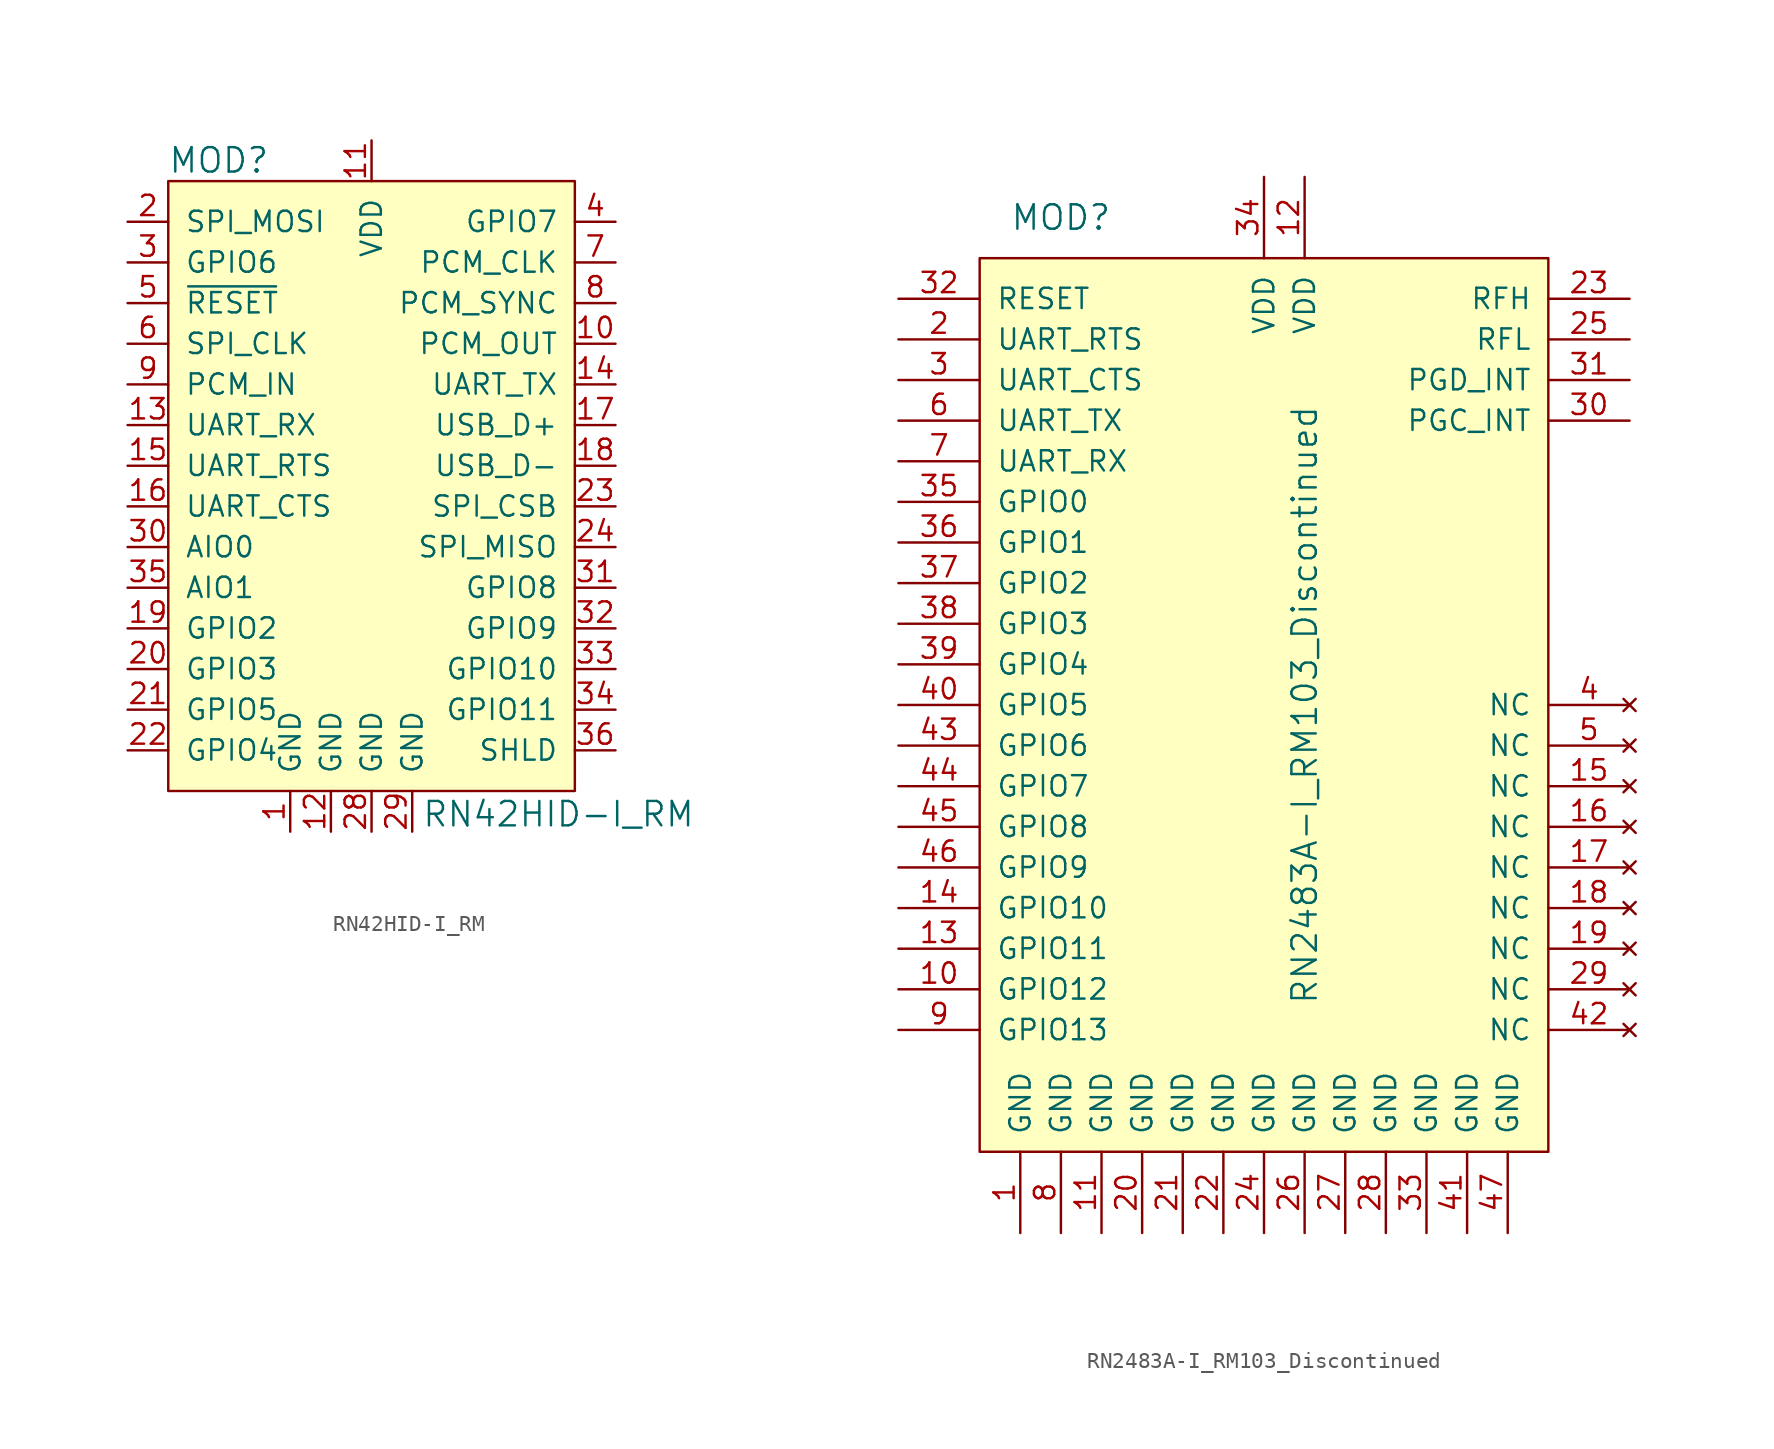
<source format=kicad_sym>
(kicad_symbol_lib
  (version 20201005)
  (generator kicad_symbol_editor)
  (symbol "RN42HID-I_RM"
    (pin_names
      (offset 1.016))
    (property "Reference" "MOD"
      (at -12.725 16.535 0)
      (effects (font (size 1.524 1.524)) (justify left)))
    (property "Value" "RN42HID-I_RM"
      (at 3.124 -24.308 0)
      (effects (font (size 1.524 1.524)) (justify left)))
    (symbol "RN42HID-I_RM_1_0"
      (pin unspecified line (at 15.24 -20.32 180) (length 2.54) (name "SHLD" (effects (font (size 1.27 1.27)))) (number "36" (effects (font (size 1.27 1.27))))))
    (symbol "RN42HID-I_RM_1_1"
      (rectangle (start -12.7 15.24) (end 12.7 -22.86) (stroke (width 0)) (fill (type background)))
      (pin power_in line (at -5.08 -25.4 90) (length 2.54) (name "GND" (effects (font (size 1.27 1.27)))) (number "1" (effects (font (size 1.27 1.27)))))
      (pin input line (at -15.24 12.7 0) (length 2.54) (name "SPI_MOSI" (effects (font (size 1.27 1.27)))) (number "2" (effects (font (size 1.27 1.27)))))
      (pin input line (at -15.24 10.16 0) (length 2.54) (name "GPIO6" (effects (font (size 1.27 1.27)))) (number "3" (effects (font (size 1.27 1.27)))))
      (pin bidirectional line (at 15.24 12.7 180) (length 2.54) (name "GPIO7" (effects (font (size 1.27 1.27)))) (number "4" (effects (font (size 1.27 1.27)))))
      (pin input line (at -15.24 7.62 0) (length 2.54) (name "~RESET" (effects (font (size 1.27 1.27)))) (number "5" (effects (font (size 1.27 1.27)))))
      (pin input line (at -15.24 5.08 0) (length 2.54) (name "SPI_CLK" (effects (font (size 1.27 1.27)))) (number "6" (effects (font (size 1.27 1.27)))))
      (pin bidirectional line (at 15.24 10.16 180) (length 2.54) (name "PCM_CLK" (effects (font (size 1.27 1.27)))) (number "7" (effects (font (size 1.27 1.27)))))
      (pin bidirectional line (at 15.24 7.62 180) (length 2.54) (name "PCM_SYNC" (effects (font (size 1.27 1.27)))) (number "8" (effects (font (size 1.27 1.27)))))
      (pin input line (at -15.24 2.54 0) (length 2.54) (name "PCM_IN" (effects (font (size 1.27 1.27)))) (number "9" (effects (font (size 1.27 1.27)))))
      (pin output line (at 15.24 5.08 180) (length 2.54) (name "PCM_OUT" (effects (font (size 1.27 1.27)))) (number "10" (effects (font (size 1.27 1.27)))))
      (pin bidirectional line (at -15.24 -15.24 0) (length 2.54) (name "GPIO3" (effects (font (size 1.27 1.27)))) (number "20" (effects (font (size 1.27 1.27)))))
      (pin input line (at -15.24 -7.62 0) (length 2.54) (name "AIO0" (effects (font (size 1.27 1.27)))) (number "30" (effects (font (size 1.27 1.27)))))
      (pin power_in line (at 0 17.78 270) (length 2.54) (name "VDD" (effects (font (size 1.27 1.27)))) (number "11" (effects (font (size 1.27 1.27)))))
      (pin bidirectional line (at -15.24 -17.78 0) (length 2.54) (name "GPIO5" (effects (font (size 1.27 1.27)))) (number "21" (effects (font (size 1.27 1.27)))))
      (pin output line (at 15.24 -10.16 180) (length 2.54) (name "GPIO8" (effects (font (size 1.27 1.27)))) (number "31" (effects (font (size 1.27 1.27)))))
      (pin power_in line (at -2.54 -25.4 90) (length 2.54) (name "GND" (effects (font (size 1.27 1.27)))) (number "12" (effects (font (size 1.27 1.27)))))
      (pin bidirectional line (at -15.24 -20.32 0) (length 2.54) (name "GPIO4" (effects (font (size 1.27 1.27)))) (number "22" (effects (font (size 1.27 1.27)))))
      (pin bidirectional line (at 15.24 -12.7 180) (length 2.54) (name "GPIO9" (effects (font (size 1.27 1.27)))) (number "32" (effects (font (size 1.27 1.27)))))
      (pin input line (at -15.24 0 0) (length 2.54) (name "UART_RX" (effects (font (size 1.27 1.27)))) (number "13" (effects (font (size 1.27 1.27)))))
      (pin bidirectional line (at 15.24 -5.08 180) (length 2.54) (name "SPI_CSB" (effects (font (size 1.27 1.27)))) (number "23" (effects (font (size 1.27 1.27)))))
      (pin bidirectional line (at 15.24 -15.24 180) (length 2.54) (name "GPIO10" (effects (font (size 1.27 1.27)))) (number "33" (effects (font (size 1.27 1.27)))))
      (pin output line (at 15.24 2.54 180) (length 2.54) (name "UART_TX" (effects (font (size 1.27 1.27)))) (number "14" (effects (font (size 1.27 1.27)))))
      (pin bidirectional line (at 15.24 -7.62 180) (length 2.54) (name "SPI_MISO" (effects (font (size 1.27 1.27)))) (number "24" (effects (font (size 1.27 1.27)))))
      (pin bidirectional line (at 15.24 -17.78 180) (length 2.54) (name "GPIO11" (effects (font (size 1.27 1.27)))) (number "34" (effects (font (size 1.27 1.27)))))
      (pin input line (at -15.24 -2.54 0) (length 2.54) (name "UART_RTS" (effects (font (size 1.27 1.27)))) (number "15" (effects (font (size 1.27 1.27)))))
      (pin input line (at -15.24 -10.16 0) (length 2.54) (name "AIO1" (effects (font (size 1.27 1.27)))) (number "35" (effects (font (size 1.27 1.27)))))
      (pin output line (at -15.24 -5.08 0) (length 2.54) (name "UART_CTS" (effects (font (size 1.27 1.27)))) (number "16" (effects (font (size 1.27 1.27)))))
      (pin bidirectional line (at 15.24 0 180) (length 2.54) (name "USB_D+" (effects (font (size 1.27 1.27)))) (number "17" (effects (font (size 1.27 1.27)))))
      (pin bidirectional line (at 15.24 -2.54 180) (length 2.54) (name "USB_D-" (effects (font (size 1.27 1.27)))) (number "18" (effects (font (size 1.27 1.27)))))
      (pin power_in line (at 0 -25.4 90) (length 2.54) (name "GND" (effects (font (size 1.27 1.27)))) (number "28" (effects (font (size 1.27 1.27)))))
      (pin bidirectional line (at -15.24 -12.7 0) (length 2.54) (name "GPIO2" (effects (font (size 1.27 1.27)))) (number "19" (effects (font (size 1.27 1.27)))))
      (pin power_in line (at 2.54 -25.4 90) (length 2.54) (name "GND" (effects (font (size 1.27 1.27)))) (number "29" (effects (font (size 1.27 1.27)))))))
  (symbol "RN2483A-I_RM103_Discontinued"
    (pin_names
      (offset 1.016))
    (property "Reference" "MOD"
      (at -12.7 27.94 0)
      (effects (font (size 1.524 1.524))))
    (property "Value" "RN2483A-I_RM103_Discontinued"
      (at 2.54 -2.54 90)
      (effects (font (size 1.524 1.524))))
    (symbol "RN2483A-I_RM103_Discontinued_0_1"
      (rectangle (start -17.78 25.4) (end 17.78 -30.48) (stroke (width 0)) (fill (type background))))
    (symbol "RN2483A-I_RM103_Discontinued_1_1"
      (pin power_in line (at -15.24 -35.56 90) (length 5.08) (name "GND" (effects (font (size 1.27 1.27)))) (number "1" (effects (font (size 1.27 1.27)))))
      (pin output line (at -22.86 20.32 0) (length 5.08) (name "UART_RTS" (effects (font (size 1.27 1.27)))) (number "2" (effects (font (size 1.27 1.27)))))
      (pin input line (at -22.86 17.78 0) (length 5.08) (name "UART_CTS" (effects (font (size 1.27 1.27)))) (number "3" (effects (font (size 1.27 1.27)))))
      (pin no_connect line (at 22.86 -2.54 180) (length 5.08) (name "NC" (effects (font (size 1.27 1.27)))) (number "4" (effects (font (size 1.27 1.27)))))
      (pin no_connect line (at 22.86 -5.08 180) (length 5.08) (name "NC" (effects (font (size 1.27 1.27)))) (number "5" (effects (font (size 1.27 1.27)))))
      (pin output line (at -22.86 15.24 0) (length 5.08) (name "UART_TX" (effects (font (size 1.27 1.27)))) (number "6" (effects (font (size 1.27 1.27)))))
      (pin input line (at -22.86 12.7 0) (length 5.08) (name "UART_RX" (effects (font (size 1.27 1.27)))) (number "7" (effects (font (size 1.27 1.27)))))
      (pin power_in line (at -12.7 -35.56 90) (length 5.08) (name "GND" (effects (font (size 1.27 1.27)))) (number "8" (effects (font (size 1.27 1.27)))))
      (pin bidirectional line (at -22.86 -22.86 0) (length 5.08) (name "GPIO13" (effects (font (size 1.27 1.27)))) (number "9" (effects (font (size 1.27 1.27)))))
      (pin bidirectional line (at -22.86 -20.32 0) (length 5.08) (name "GPIO12" (effects (font (size 1.27 1.27)))) (number "10" (effects (font (size 1.27 1.27)))))
      (pin power_in line (at -7.62 -35.56 90) (length 5.08) (name "GND" (effects (font (size 1.27 1.27)))) (number "20" (effects (font (size 1.27 1.27)))))
      (pin bidirectional line (at 22.86 15.24 180) (length 5.08) (name "PGC_INT" (effects (font (size 1.27 1.27)))) (number "30" (effects (font (size 1.27 1.27)))))
      (pin bidirectional line (at -22.86 -2.54 0) (length 5.08) (name "GPIO5" (effects (font (size 1.27 1.27)))) (number "40" (effects (font (size 1.27 1.27)))))
      (pin power_in line (at -10.16 -35.56 90) (length 5.08) (name "GND" (effects (font (size 1.27 1.27)))) (number "11" (effects (font (size 1.27 1.27)))))
      (pin power_in line (at -5.08 -35.56 90) (length 5.08) (name "GND" (effects (font (size 1.27 1.27)))) (number "21" (effects (font (size 1.27 1.27)))))
      (pin bidirectional line (at 22.86 17.78 180) (length 5.08) (name "PGD_INT" (effects (font (size 1.27 1.27)))) (number "31" (effects (font (size 1.27 1.27)))))
      (pin power_in line (at 12.7 -35.56 90) (length 5.08) (name "GND" (effects (font (size 1.27 1.27)))) (number "41" (effects (font (size 1.27 1.27)))))
      (pin power_in line (at 2.54 30.48 270) (length 5.08) (name "VDD" (effects (font (size 1.27 1.27)))) (number "12" (effects (font (size 1.27 1.27)))))
      (pin power_in line (at -2.54 -35.56 90) (length 5.08) (name "GND" (effects (font (size 1.27 1.27)))) (number "22" (effects (font (size 1.27 1.27)))))
      (pin input line (at -22.86 22.86 0) (length 5.08) (name "RESET" (effects (font (size 1.27 1.27)))) (number "32" (effects (font (size 1.27 1.27)))))
      (pin no_connect line (at 22.86 -22.86 180) (length 5.08) (name "NC" (effects (font (size 1.27 1.27)))) (number "42" (effects (font (size 1.27 1.27)))))
      (pin bidirectional line (at -22.86 -17.78 0) (length 5.08) (name "GPIO11" (effects (font (size 1.27 1.27)))) (number "13" (effects (font (size 1.27 1.27)))))
      (pin output line (at 22.86 22.86 180) (length 5.08) (name "RFH" (effects (font (size 1.27 1.27)))) (number "23" (effects (font (size 1.27 1.27)))))
      (pin power_in line (at 10.16 -35.56 90) (length 5.08) (name "GND" (effects (font (size 1.27 1.27)))) (number "33" (effects (font (size 1.27 1.27)))))
      (pin bidirectional line (at -22.86 -5.08 0) (length 5.08) (name "GPIO6" (effects (font (size 1.27 1.27)))) (number "43" (effects (font (size 1.27 1.27)))))
      (pin bidirectional line (at -22.86 -15.24 0) (length 5.08) (name "GPIO10" (effects (font (size 1.27 1.27)))) (number "14" (effects (font (size 1.27 1.27)))))
      (pin power_in line (at 0 -35.56 90) (length 5.08) (name "GND" (effects (font (size 1.27 1.27)))) (number "24" (effects (font (size 1.27 1.27)))))
      (pin power_in line (at 0 30.48 270) (length 5.08) (name "VDD" (effects (font (size 1.27 1.27)))) (number "34" (effects (font (size 1.27 1.27)))))
      (pin bidirectional line (at -22.86 -7.62 0) (length 5.08) (name "GPIO7" (effects (font (size 1.27 1.27)))) (number "44" (effects (font (size 1.27 1.27)))))
      (pin no_connect line (at 22.86 -7.62 180) (length 5.08) (name "NC" (effects (font (size 1.27 1.27)))) (number "15" (effects (font (size 1.27 1.27)))))
      (pin output line (at 22.86 20.32 180) (length 5.08) (name "RFL" (effects (font (size 1.27 1.27)))) (number "25" (effects (font (size 1.27 1.27)))))
      (pin bidirectional line (at -22.86 10.16 0) (length 5.08) (name "GPIO0" (effects (font (size 1.27 1.27)))) (number "35" (effects (font (size 1.27 1.27)))))
      (pin bidirectional line (at -22.86 -10.16 0) (length 5.08) (name "GPIO8" (effects (font (size 1.27 1.27)))) (number "45" (effects (font (size 1.27 1.27)))))
      (pin no_connect line (at 22.86 -10.16 180) (length 5.08) (name "NC" (effects (font (size 1.27 1.27)))) (number "16" (effects (font (size 1.27 1.27)))))
      (pin power_in line (at 2.54 -35.56 90) (length 5.08) (name "GND" (effects (font (size 1.27 1.27)))) (number "26" (effects (font (size 1.27 1.27)))))
      (pin bidirectional line (at -22.86 7.62 0) (length 5.08) (name "GPIO1" (effects (font (size 1.27 1.27)))) (number "36" (effects (font (size 1.27 1.27)))))
      (pin bidirectional line (at -22.86 -12.7 0) (length 5.08) (name "GPIO9" (effects (font (size 1.27 1.27)))) (number "46" (effects (font (size 1.27 1.27)))))
      (pin no_connect line (at 22.86 -12.7 180) (length 5.08) (name "NC" (effects (font (size 1.27 1.27)))) (number "17" (effects (font (size 1.27 1.27)))))
      (pin power_in line (at 5.08 -35.56 90) (length 5.08) (name "GND" (effects (font (size 1.27 1.27)))) (number "27" (effects (font (size 1.27 1.27)))))
      (pin bidirectional line (at -22.86 5.08 0) (length 5.08) (name "GPIO2" (effects (font (size 1.27 1.27)))) (number "37" (effects (font (size 1.27 1.27)))))
      (pin power_in line (at 15.24 -35.56 90) (length 5.08) (name "GND" (effects (font (size 1.27 1.27)))) (number "47" (effects (font (size 1.27 1.27)))))
      (pin no_connect line (at 22.86 -15.24 180) (length 5.08) (name "NC" (effects (font (size 1.27 1.27)))) (number "18" (effects (font (size 1.27 1.27)))))
      (pin power_in line (at 7.62 -35.56 90) (length 5.08) (name "GND" (effects (font (size 1.27 1.27)))) (number "28" (effects (font (size 1.27 1.27)))))
      (pin bidirectional line (at -22.86 2.54 0) (length 5.08) (name "GPIO3" (effects (font (size 1.27 1.27)))) (number "38" (effects (font (size 1.27 1.27)))))
      (pin no_connect line (at 22.86 -17.78 180) (length 5.08) (name "NC" (effects (font (size 1.27 1.27)))) (number "19" (effects (font (size 1.27 1.27)))))
      (pin no_connect line (at 22.86 -20.32 180) (length 5.08) (name "NC" (effects (font (size 1.27 1.27)))) (number "29" (effects (font (size 1.27 1.27)))))
      (pin bidirectional line (at -22.86 0 0) (length 5.08) (name "GPIO4" (effects (font (size 1.27 1.27)))) (number "39" (effects (font (size 1.27 1.27))))))))
</source>
